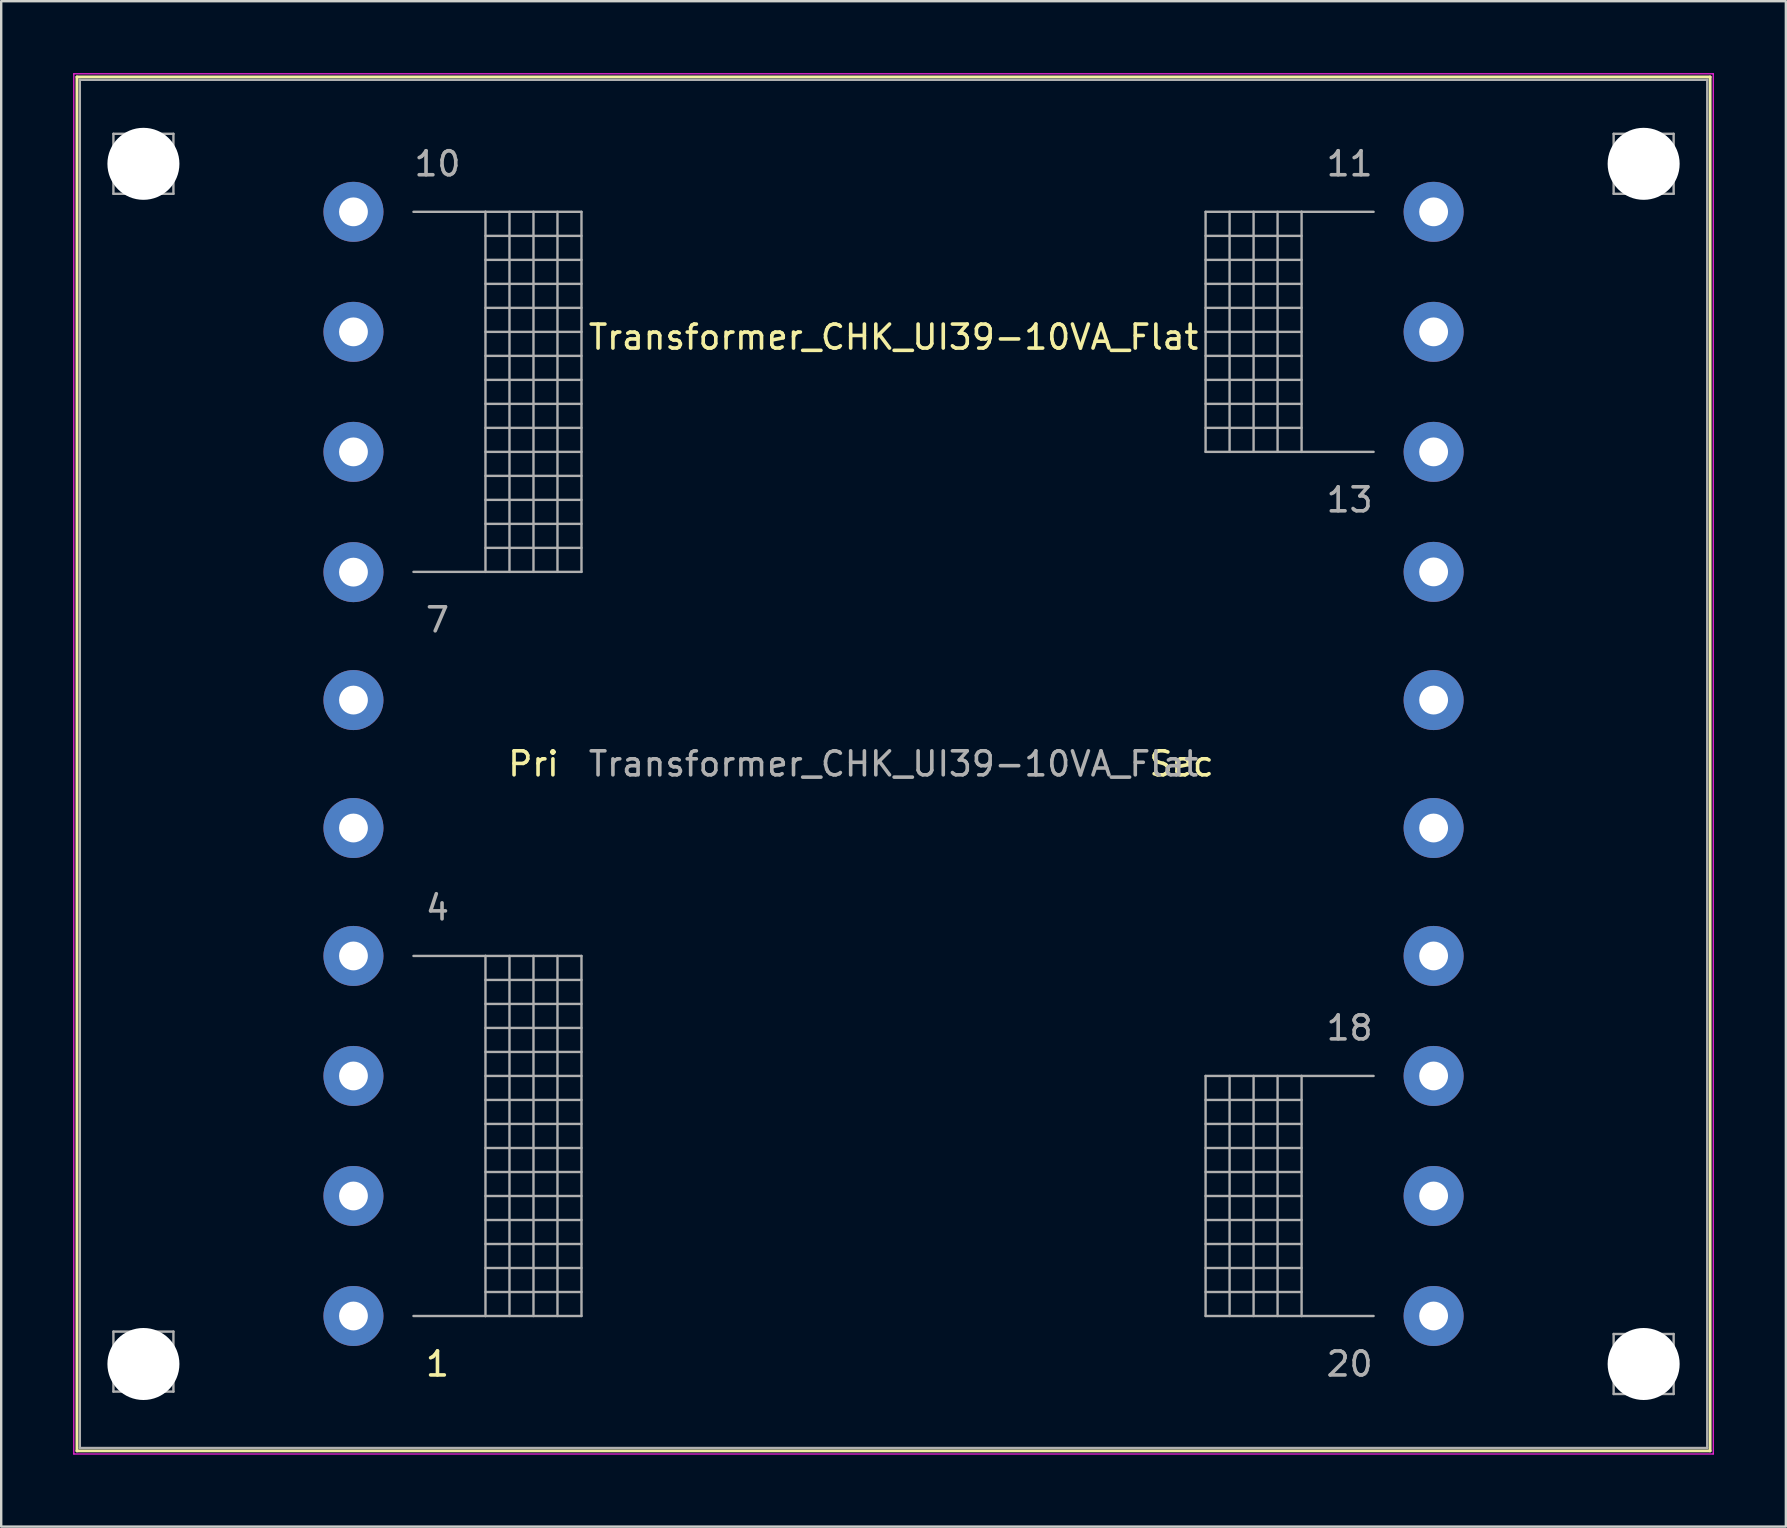
<source format=kicad_pcb>
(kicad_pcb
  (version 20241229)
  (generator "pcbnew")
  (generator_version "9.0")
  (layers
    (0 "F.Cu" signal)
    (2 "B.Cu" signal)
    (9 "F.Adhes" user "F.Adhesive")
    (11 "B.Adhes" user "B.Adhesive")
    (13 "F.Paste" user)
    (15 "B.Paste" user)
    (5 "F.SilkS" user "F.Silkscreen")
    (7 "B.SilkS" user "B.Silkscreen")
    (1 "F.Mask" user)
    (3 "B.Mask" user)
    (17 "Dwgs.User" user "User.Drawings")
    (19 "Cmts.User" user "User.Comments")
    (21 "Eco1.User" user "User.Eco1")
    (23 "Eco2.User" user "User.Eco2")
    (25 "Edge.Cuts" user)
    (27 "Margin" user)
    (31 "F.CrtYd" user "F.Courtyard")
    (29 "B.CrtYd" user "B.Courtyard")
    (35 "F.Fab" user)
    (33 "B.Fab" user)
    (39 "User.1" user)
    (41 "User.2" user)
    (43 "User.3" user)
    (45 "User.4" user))
  (footprint "Transformer_CHK_UI39-10VA_Flat"
    (layer "F.Cu")
    (at 11.675 51.775)
    (property "Reference" "Transformer_CHK_UI39-10VA_Flat" (at 22.5 -40.78 0) (layer "F.SilkS") (effects (font (size 1 1) (thickness 0.15))))
    (attr through_hole)
    (fp_line (start -11.52 -51.62) (end -11.52 5.62) (stroke (width 0.12) (type solid)) (layer "F.SilkS"))
    (fp_line (start -11.52 -51.62) (end 56.52 -51.62) (stroke (width 0.12) (type solid)) (layer "F.SilkS"))
    (fp_line (start 56.52 5.62) (end -11.52 5.62) (stroke (width 0.12) (type solid)) (layer "F.SilkS"))
    (fp_line (start 56.52 5.62) (end 56.52 -51.62) (stroke (width 0.12) (type solid)) (layer "F.SilkS"))
    (fp_line (start -11.65 -51.75) (end -11.65 5.75) (stroke (width 0.05) (type solid)) (layer "F.CrtYd"))
    (fp_line (start -11.65 -51.75) (end 56.65 -51.75) (stroke (width 0.05) (type solid)) (layer "F.CrtYd"))
    (fp_line (start 56.65 5.75) (end -11.65 5.75) (stroke (width 0.05) (type solid)) (layer "F.CrtYd"))
    (fp_line (start 56.65 5.75) (end 56.65 -51.75) (stroke (width 0.05) (type solid)) (layer "F.CrtYd"))
    (fp_line (start -11.4 -51.5) (end -11.4 5.5) (stroke (width 0.1) (type solid)) (layer "F.Fab"))
    (fp_line (start -11.4 5.5) (end 56.4 5.5) (stroke (width 0.1) (type solid)) (layer "F.Fab"))
    (fp_line (start -10 -49.25) (end -10 -46.75) (stroke (width 0.1) (type solid)) (layer "F.Fab"))
    (fp_line (start -10 -46.75) (end -7.5 -46.75) (stroke (width 0.1) (type solid)) (layer "F.Fab"))
    (fp_line (start -10 0.65) (end -10 3.15) (stroke (width 0.1) (type solid)) (layer "F.Fab"))
    (fp_line (start -10 3.15) (end -7.5 3.15) (stroke (width 0.1) (type solid)) (layer "F.Fab"))
    (fp_line (start -8.75 -49.25) (end -10 -49.25) (stroke (width 0.1) (type solid)) (layer "F.Fab"))
    (fp_line (start -8.75 0.65) (end -10 0.65) (stroke (width 0.1) (type solid)) (layer "F.Fab"))
    (fp_line (start -7.5 -49.25) (end -8.75 -49.25) (stroke (width 0.1) (type solid)) (layer "F.Fab"))
    (fp_line (start -7.5 -46.75) (end -7.5 -49.25) (stroke (width 0.1) (type solid)) (layer "F.Fab"))
    (fp_line (start -7.5 0.65) (end -8.75 0.65) (stroke (width 0.1) (type solid)) (layer "F.Fab"))
    (fp_line (start -7.5 3.15) (end -7.5 0.65) (stroke (width 0.1) (type solid)) (layer "F.Fab"))
    (fp_line (start 2.5 -46) (end 5.5 -46) (stroke (width 0.1) (type solid)) (layer "F.Fab"))
    (fp_line (start 2.5 -15) (end 5.5 -15) (stroke (width 0.1) (type solid)) (layer "F.Fab"))
    (fp_line (start 5.5 -46) (end 5.5 -31) (stroke (width 0.1) (type solid)) (layer "F.Fab"))
    (fp_line (start 5.5 -46) (end 9.5 -46) (stroke (width 0.1) (type solid)) (layer "F.Fab"))
    (fp_line (start 5.5 -45) (end 9.5 -45) (stroke (width 0.1) (type solid)) (layer "F.Fab"))
    (fp_line (start 5.5 -44) (end 9.5 -44) (stroke (width 0.1) (type solid)) (layer "F.Fab"))
    (fp_line (start 5.5 -43) (end 9.5 -43) (stroke (width 0.1) (type solid)) (layer "F.Fab"))
    (fp_line (start 5.5 -42) (end 9.5 -42) (stroke (width 0.1) (type solid)) (layer "F.Fab"))
    (fp_line (start 5.5 -41) (end 9.5 -41) (stroke (width 0.1) (type solid)) (layer "F.Fab"))
    (fp_line (start 5.5 -40) (end 9.5 -40) (stroke (width 0.1) (type solid)) (layer "F.Fab"))
    (fp_line (start 5.5 -39) (end 9.5 -39) (stroke (width 0.1) (type solid)) (layer "F.Fab"))
    (fp_line (start 5.5 -38) (end 9.5 -38) (stroke (width 0.1) (type solid)) (layer "F.Fab"))
    (fp_line (start 5.5 -37) (end 9.5 -37) (stroke (width 0.1) (type solid)) (layer "F.Fab"))
    (fp_line (start 5.5 -36) (end 9.5 -36) (stroke (width 0.1) (type solid)) (layer "F.Fab"))
    (fp_line (start 5.5 -35) (end 9.5 -35) (stroke (width 0.1) (type solid)) (layer "F.Fab"))
    (fp_line (start 5.5 -34) (end 9.5 -34) (stroke (width 0.1) (type solid)) (layer "F.Fab"))
    (fp_line (start 5.5 -33) (end 9.5 -33) (stroke (width 0.1) (type solid)) (layer "F.Fab"))
    (fp_line (start 5.5 -32) (end 9.5 -32) (stroke (width 0.1) (type solid)) (layer "F.Fab"))
    (fp_line (start 5.5 -31) (end 2.5 -31) (stroke (width 0.1) (type solid)) (layer "F.Fab"))
    (fp_line (start 5.5 -15) (end 5.5 0) (stroke (width 0.1) (type solid)) (layer "F.Fab"))
    (fp_line (start 5.5 -15) (end 9.5 -15) (stroke (width 0.1) (type solid)) (layer "F.Fab"))
    (fp_line (start 5.5 -14) (end 9.5 -14) (stroke (width 0.1) (type solid)) (layer "F.Fab"))
    (fp_line (start 5.5 -13) (end 9.5 -13) (stroke (width 0.1) (type solid)) (layer "F.Fab"))
    (fp_line (start 5.5 -12) (end 9.5 -12) (stroke (width 0.1) (type solid)) (layer "F.Fab"))
    (fp_line (start 5.5 -11) (end 9.5 -11) (stroke (width 0.1) (type solid)) (layer "F.Fab"))
    (fp_line (start 5.5 -10) (end 9.5 -10) (stroke (width 0.1) (type solid)) (layer "F.Fab"))
    (fp_line (start 5.5 -9) (end 9.5 -9) (stroke (width 0.1) (type solid)) (layer "F.Fab"))
    (fp_line (start 5.5 -8) (end 9.5 -8) (stroke (width 0.1) (type solid)) (layer "F.Fab"))
    (fp_line (start 5.5 -7) (end 9.5 -7) (stroke (width 0.1) (type solid)) (layer "F.Fab"))
    (fp_line (start 5.5 -6) (end 9.5 -6) (stroke (width 0.1) (type solid)) (layer "F.Fab"))
    (fp_line (start 5.5 -5) (end 9.5 -5) (stroke (width 0.1) (type solid)) (layer "F.Fab"))
    (fp_line (start 5.5 -4) (end 9.5 -4) (stroke (width 0.1) (type solid)) (layer "F.Fab"))
    (fp_line (start 5.5 -3) (end 9.5 -3) (stroke (width 0.1) (type solid)) (layer "F.Fab"))
    (fp_line (start 5.5 -2) (end 9.5 -2) (stroke (width 0.1) (type solid)) (layer "F.Fab"))
    (fp_line (start 5.5 -1) (end 9.5 -1) (stroke (width 0.1) (type solid)) (layer "F.Fab"))
    (fp_line (start 5.5 0) (end 2.5 0) (stroke (width 0.1) (type solid)) (layer "F.Fab"))
    (fp_line (start 6.5 -46) (end 6.5 -31) (stroke (width 0.1) (type solid)) (layer "F.Fab"))
    (fp_line (start 6.5 -15) (end 6.5 0) (stroke (width 0.1) (type solid)) (layer "F.Fab"))
    (fp_line (start 7.5 -31) (end 7.5 -46) (stroke (width 0.1) (type solid)) (layer "F.Fab"))
    (fp_line (start 7.5 0) (end 7.5 -15) (stroke (width 0.1) (type solid)) (layer "F.Fab"))
    (fp_line (start 8.5 -46) (end 8.5 -31) (stroke (width 0.1) (type solid)) (layer "F.Fab"))
    (fp_line (start 8.5 -15) (end 8.5 0) (stroke (width 0.1) (type solid)) (layer "F.Fab"))
    (fp_line (start 9.5 -46) (end 9.5 -31) (stroke (width 0.1) (type solid)) (layer "F.Fab"))
    (fp_line (start 9.5 -31) (end 5.5 -31) (stroke (width 0.1) (type solid)) (layer "F.Fab"))
    (fp_line (start 9.5 -15) (end 9.5 0) (stroke (width 0.1) (type solid)) (layer "F.Fab"))
    (fp_line (start 9.5 0) (end 5.5 0) (stroke (width 0.1) (type solid)) (layer "F.Fab"))
    (fp_line (start 35.5 -46) (end 35.5 -36) (stroke (width 0.1) (type solid)) (layer "F.Fab"))
    (fp_line (start 35.5 -45) (end 39.5 -45) (stroke (width 0.1) (type solid)) (layer "F.Fab"))
    (fp_line (start 35.5 -44) (end 39.5 -44) (stroke (width 0.1) (type solid)) (layer "F.Fab"))
    (fp_line (start 35.5 -43) (end 39.5 -43) (stroke (width 0.1) (type solid)) (layer "F.Fab"))
    (fp_line (start 35.5 -42) (end 39.5 -42) (stroke (width 0.1) (type solid)) (layer "F.Fab"))
    (fp_line (start 35.5 -41) (end 39.5 -41) (stroke (width 0.1) (type solid)) (layer "F.Fab"))
    (fp_line (start 35.5 -40) (end 39.5 -40) (stroke (width 0.1) (type solid)) (layer "F.Fab"))
    (fp_line (start 35.5 -39) (end 39.5 -39) (stroke (width 0.1) (type solid)) (layer "F.Fab"))
    (fp_line (start 35.5 -38) (end 39.5 -38) (stroke (width 0.1) (type solid)) (layer "F.Fab"))
    (fp_line (start 35.5 -37) (end 39.5 -37) (stroke (width 0.1) (type solid)) (layer "F.Fab"))
    (fp_line (start 35.5 -36) (end 39.5 -36) (stroke (width 0.1) (type solid)) (layer "F.Fab"))
    (fp_line (start 35.5 -10) (end 35.5 0) (stroke (width 0.1) (type solid)) (layer "F.Fab"))
    (fp_line (start 35.5 -9) (end 39.5 -9) (stroke (width 0.1) (type solid)) (layer "F.Fab"))
    (fp_line (start 35.5 -8) (end 39.5 -8) (stroke (width 0.1) (type solid)) (layer "F.Fab"))
    (fp_line (start 35.5 -7) (end 39.5 -7) (stroke (width 0.1) (type solid)) (layer "F.Fab"))
    (fp_line (start 35.5 -6) (end 39.5 -6) (stroke (width 0.1) (type solid)) (layer "F.Fab"))
    (fp_line (start 35.5 -5) (end 39.5 -5) (stroke (width 0.1) (type solid)) (layer "F.Fab"))
    (fp_line (start 35.5 -4) (end 39.5 -4) (stroke (width 0.1) (type solid)) (layer "F.Fab"))
    (fp_line (start 35.5 -3) (end 39.5 -3) (stroke (width 0.1) (type solid)) (layer "F.Fab"))
    (fp_line (start 35.5 -2) (end 39.5 -2) (stroke (width 0.1) (type solid)) (layer "F.Fab"))
    (fp_line (start 35.5 -1) (end 39.5 -1) (stroke (width 0.1) (type solid)) (layer "F.Fab"))
    (fp_line (start 35.5 0) (end 39.5 0) (stroke (width 0.1) (type solid)) (layer "F.Fab"))
    (fp_line (start 36.5 -46) (end 36.5 -36) (stroke (width 0.1) (type solid)) (layer "F.Fab"))
    (fp_line (start 36.5 -10) (end 36.5 0) (stroke (width 0.1) (type solid)) (layer "F.Fab"))
    (fp_line (start 37.5 -36) (end 37.5 -46) (stroke (width 0.1) (type solid)) (layer "F.Fab"))
    (fp_line (start 37.5 0) (end 37.5 -10) (stroke (width 0.1) (type solid)) (layer "F.Fab"))
    (fp_line (start 38.5 -46) (end 38.5 -36) (stroke (width 0.1) (type solid)) (layer "F.Fab"))
    (fp_line (start 38.5 -10) (end 38.5 0) (stroke (width 0.1) (type solid)) (layer "F.Fab"))
    (fp_line (start 39.5 -46) (end 35.5 -46) (stroke (width 0.1) (type solid)) (layer "F.Fab"))
    (fp_line (start 39.5 -46) (end 39.5 -36) (stroke (width 0.1) (type solid)) (layer "F.Fab"))
    (fp_line (start 39.5 -36) (end 42.5 -36) (stroke (width 0.1) (type solid)) (layer "F.Fab"))
    (fp_line (start 39.5 -10) (end 35.5 -10) (stroke (width 0.1) (type solid)) (layer "F.Fab"))
    (fp_line (start 39.5 -10) (end 39.5 0) (stroke (width 0.1) (type solid)) (layer "F.Fab"))
    (fp_line (start 39.5 0) (end 42.5 0) (stroke (width 0.1) (type solid)) (layer "F.Fab"))
    (fp_line (start 42.5 -46) (end 39.5 -46) (stroke (width 0.1) (type solid)) (layer "F.Fab"))
    (fp_line (start 42.5 -10) (end 39.5 -10) (stroke (width 0.1) (type solid)) (layer "F.Fab"))
    (fp_line (start 52.5 -49.25) (end 52.5 -46.75) (stroke (width 0.1) (type solid)) (layer "F.Fab"))
    (fp_line (start 52.5 -46.75) (end 55 -46.75) (stroke (width 0.1) (type solid)) (layer "F.Fab"))
    (fp_line (start 52.5 0.75) (end 52.5 3.25) (stroke (width 0.1) (type solid)) (layer "F.Fab"))
    (fp_line (start 52.5 3.25) (end 55 3.25) (stroke (width 0.1) (type solid)) (layer "F.Fab"))
    (fp_line (start 53.75 -49.25) (end 52.5 -49.25) (stroke (width 0.1) (type solid)) (layer "F.Fab"))
    (fp_line (start 53.75 0.75) (end 52.5 0.75) (stroke (width 0.1) (type solid)) (layer "F.Fab"))
    (fp_line (start 55 -49.25) (end 53.75 -49.25) (stroke (width 0.1) (type solid)) (layer "F.Fab"))
    (fp_line (start 55 -46.75) (end 55 -49.25) (stroke (width 0.1) (type solid)) (layer "F.Fab"))
    (fp_line (start 55 0.75) (end 53.75 0.75) (stroke (width 0.1) (type solid)) (layer "F.Fab"))
    (fp_line (start 55 3.25) (end 55 0.75) (stroke (width 0.1) (type solid)) (layer "F.Fab"))
    (fp_line (start 56.4 -51.5) (end -11.4 -51.5) (stroke (width 0.1) (type solid)) (layer "F.Fab"))
    (fp_line (start 56.4 5.5) (end 56.4 -51.5) (stroke (width 0.1) (type solid)) (layer "F.Fab"))
    (fp_text user "1" (at 3.5 2 0) (layer "F.SilkS") (effects (font (size 1 1) (thickness 0.15))))
    (fp_text user "Sec" (at 34.5 -23 0) (layer "F.SilkS") (effects (font (size 1 1) (thickness 0.15))))
    (fp_text user "Pri" (at 7.5 -23 0) (layer "F.SilkS") (effects (font (size 1 1) (thickness 0.15))))
    (fp_text user "18" (at 41.5 -12 0) (layer "F.Fab") (effects (font (size 1 1) (thickness 0.15))))
    (fp_text user "4" (at 3.5 -17 0) (layer "F.Fab") (effects (font (size 1 1) (thickness 0.15))))
    (fp_text user "10" (at 3.5 -48 0) (layer "F.Fab") (effects (font (size 1 1) (thickness 0.15))))
    (fp_text user "7" (at 3.5 -29 0) (layer "F.Fab") (effects (font (size 1 1) (thickness 0.15))))
    (fp_text user "20" (at 41.5 2 0) (layer "F.Fab") (effects (font (size 1 1) (thickness 0.15))))
    (fp_text user "13" (at 41.5 -34 0) (layer "F.Fab") (effects (font (size 1 1) (thickness 0.15))))
    (fp_text user "11" (at 41.5 -48 0) (layer "F.Fab") (effects (font (size 1 1) (thickness 0.15))))
    (fp_text user "${REFERENCE}" (at 22.5 -23 0) (layer "F.Fab") (effects (font (size 1 1) (thickness 0.15))))
    (pad "" np_thru_hole circle (at -8.75 -48) (size 3 3) (drill 3) (layers "*.Cu" "*.Mask"))
    (pad "" np_thru_hole circle (at -8.75 2) (size 3 3) (drill 3) (layers "*.Cu" "*.Mask"))
    (pad "" np_thru_hole circle (at 53.75 -48) (size 3 3) (drill 3) (layers "*.Cu" "*.Mask"))
    (pad "" np_thru_hole circle (at 53.75 2) (size 3 3) (drill 3) (layers "*.Cu" "*.Mask"))
    (pad "1" thru_hole circle (at 0 0) (size 2.5 2.5) (drill 1.2) (layers "*.Cu" "*.Mask"))
    (pad "2" thru_hole circle (at 0 -5) (size 2.5 2.5) (drill 1.2) (layers "*.Cu" "*.Mask"))
    (pad "3" thru_hole circle (at 0 -10) (size 2.5 2.5) (drill 1.2) (layers "*.Cu" "*.Mask"))
    (pad "4" thru_hole circle (at 0 -15) (size 2.5 2.5) (drill 1.2) (layers "*.Cu" "*.Mask"))
    (pad "5" thru_hole circle (at 0 -20.33) (size 2.5 2.5) (drill 1.2) (layers "*.Cu" "*.Mask"))
    (pad "6" thru_hole circle (at 0 -25.66) (size 2.5 2.5) (drill 1.2) (layers "*.Cu" "*.Mask"))
    (pad "7" thru_hole circle (at 0 -30.99) (size 2.5 2.5) (drill 1.2) (layers "*.Cu" "*.Mask"))
    (pad "8" thru_hole circle (at 0 -36) (size 2.5 2.5) (drill 1.2) (layers "*.Cu" "*.Mask"))
    (pad "9" thru_hole circle (at 0 -41) (size 2.5 2.5) (drill 1.2) (layers "*.Cu" "*.Mask"))
    (pad "10" thru_hole circle (at 0 -46) (size 2.5 2.5) (drill 1.2) (layers "*.Cu" "*.Mask"))
    (pad "11" thru_hole circle (at 45 -46) (size 2.5 2.5) (drill 1.2) (layers "*.Cu" "*.Mask"))
    (pad "12" thru_hole circle (at 45 -41) (size 2.5 2.5) (drill 1.2) (layers "*.Cu" "*.Mask"))
    (pad "13" thru_hole circle (at 45 -36) (size 2.5 2.5) (drill 1.2) (layers "*.Cu" "*.Mask"))
    (pad "14" thru_hole circle (at 45 -31) (size 2.5 2.5) (drill 1.2) (layers "*.Cu" "*.Mask"))
    (pad "15" thru_hole circle (at 45 -25.66) (size 2.5 2.5) (drill 1.2) (layers "*.Cu" "*.Mask"))
    (pad "16" thru_hole circle (at 45 -20.33) (size 2.5 2.5) (drill 1.2) (layers "*.Cu" "*.Mask"))
    (pad "17" thru_hole circle (at 45 -15) (size 2.5 2.5) (drill 1.2) (layers "*.Cu" "*.Mask"))
    (pad "18" thru_hole circle (at 45 -10) (size 2.5 2.5) (drill 1.2) (layers "*.Cu" "*.Mask"))
    (pad "19" thru_hole circle (at 45 -5) (size 2.5 2.5) (drill 1.2) (layers "*.Cu" "*.Mask"))
    (pad "20" thru_hole circle (at 45 0) (size 2.5 2.5) (drill 1.2) (layers "*.Cu" "*.Mask")))
  (gr_rect
    (start -3 -3)
    (end 71.35 60.55)
    (stroke (width 0.1) (type default))
    (fill no)
    (layer "Edge.Cuts")))
</source>
